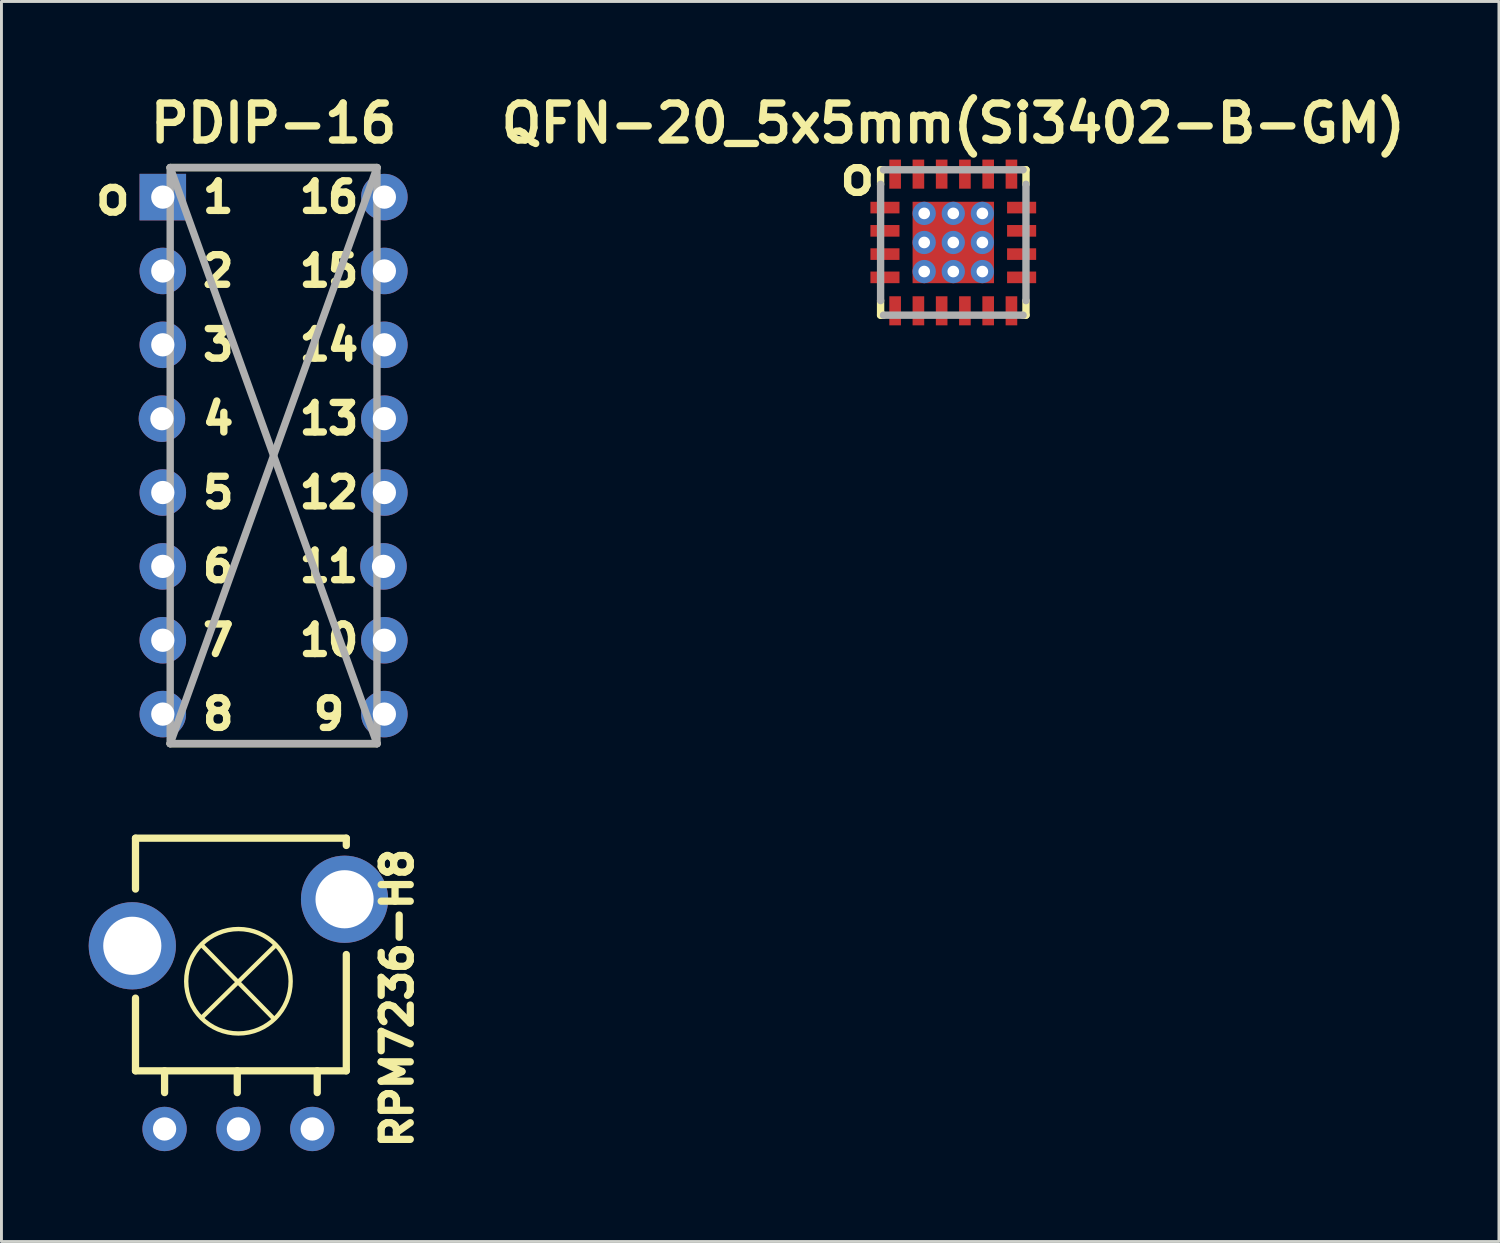
<source format=kicad_pcb>
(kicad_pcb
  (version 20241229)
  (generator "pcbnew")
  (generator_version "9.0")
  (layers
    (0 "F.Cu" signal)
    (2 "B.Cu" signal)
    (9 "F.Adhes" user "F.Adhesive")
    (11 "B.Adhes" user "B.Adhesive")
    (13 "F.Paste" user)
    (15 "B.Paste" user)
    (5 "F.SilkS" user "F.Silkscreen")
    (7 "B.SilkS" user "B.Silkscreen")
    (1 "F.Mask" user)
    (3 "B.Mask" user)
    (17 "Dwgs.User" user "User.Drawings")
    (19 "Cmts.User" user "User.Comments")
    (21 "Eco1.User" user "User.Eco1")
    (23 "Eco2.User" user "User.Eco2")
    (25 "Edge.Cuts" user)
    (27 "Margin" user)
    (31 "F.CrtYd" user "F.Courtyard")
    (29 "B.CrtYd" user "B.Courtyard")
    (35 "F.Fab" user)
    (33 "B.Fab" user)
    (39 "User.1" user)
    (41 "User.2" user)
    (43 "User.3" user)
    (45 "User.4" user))
  (footprint "PDIP-16"
    (layer "F.Cu")
    (at 6.359 12.619)
    (property "Reference" "PDIP-16" (at 0 -11.43 0) (layer "F.SilkS") (effects (font (size 1.27 1.27) (thickness 0.254))))
    (attr through_hole)
    (fp_line (start -3.556 -9.906) (end 3.556 -9.906) (stroke (width 0.254) (type solid)) (layer "F.SilkS"))
    (fp_line (start -3.556 9.906) (end 3.556 9.906) (stroke (width 0.254) (type solid)) (layer "F.SilkS"))
    (fp_line (start -3.556 -9.906) (end 3.556 -9.906) (stroke (width 0.254) (type solid)) (layer "F.Fab"))
    (fp_line (start -3.556 -9.906) (end 3.556 9.906) (stroke (width 0.254) (type solid)) (layer "F.Fab"))
    (fp_line (start -3.556 9.906) (end -3.556 -9.906) (stroke (width 0.254) (type solid)) (layer "F.Fab"))
    (fp_line (start 3.556 -9.906) (end -3.556 9.906) (stroke (width 0.254) (type solid)) (layer "F.Fab"))
    (fp_line (start 3.556 -9.906) (end 3.556 9.906) (stroke (width 0.254) (type solid)) (layer "F.Fab"))
    (fp_line (start 3.556 9.906) (end -3.556 9.906) (stroke (width 0.254) (type solid)) (layer "F.Fab"))
    (fp_text user "2" (at -1.905 -6.35 0) (layer "F.SilkS") (effects (font (size 1.016 1.016) (thickness 0.254))))
    (fp_text user "6" (at -1.905 3.81 0) (layer "F.SilkS") (effects (font (size 1.016 1.016) (thickness 0.254))))
    (fp_text user "8" (at -1.905 8.89 0) (layer "F.SilkS") (effects (font (size 1.016 1.016) (thickness 0.254))))
    (fp_text user "7" (at -1.905 6.35 0) (layer "F.SilkS") (effects (font (size 1.016 1.016) (thickness 0.254))))
    (fp_text user "9" (at 1.905 8.89 0) (layer "F.SilkS") (effects (font (size 1.016 1.016) (thickness 0.254))))
    (fp_text user "14" (at 1.905 -3.81 0) (layer "F.SilkS") (effects (font (size 1.016 1.016) (thickness 0.254))))
    (fp_text user "13" (at 1.905 -1.27 0) (layer "F.SilkS") (effects (font (size 1.016 1.016) (thickness 0.254))))
    (fp_text user "12" (at 1.905 1.27 0) (layer "F.SilkS") (effects (font (size 1.016 1.016) (thickness 0.254))))
    (fp_text user "10" (at 1.905 6.35 0) (layer "F.SilkS") (effects (font (size 1.016 1.016) (thickness 0.254))))
    (fp_text user "11" (at 1.905 3.81 0) (layer "F.SilkS") (effects (font (size 1.016 1.016) (thickness 0.254))))
    (fp_text user "3" (at -1.905 -3.81 0) (layer "F.SilkS") (effects (font (size 1.016 1.016) (thickness 0.254))))
    (fp_text user "5" (at -1.905 1.27 0) (layer "F.SilkS") (effects (font (size 1.016 1.016) (thickness 0.254))))
    (fp_text user "16" (at 1.905 -8.89 0) (layer "F.SilkS") (effects (font (size 1.016 1.016) (thickness 0.254))))
    (fp_text user "4" (at -1.905 -1.27 0) (layer "F.SilkS") (effects (font (size 1.016 1.016) (thickness 0.254))))
    (fp_text user "15" (at 1.905 -6.35 0) (layer "F.SilkS") (effects (font (size 1.016 1.016) (thickness 0.254))))
    (fp_text user "o" (at -5.53 -8.95 0) (layer "F.SilkS") (effects (font (size 1.27 1.27) (thickness 0.254))))
    (fp_text user "1" (at -1.905 -8.89 0) (layer "F.SilkS") (effects (font (size 1.016 1.016) (thickness 0.254))))
    (pad "1" thru_hole rect (at -3.81 -8.89) (size 1.6 1.6) (drill 0.8) (layers "*.Cu" "*.Mask"))
    (pad "2" thru_hole circle (at -3.81 -6.35) (size 1.6 1.6) (drill 0.8) (layers "*.Cu" "*.Mask"))
    (pad "3" thru_hole circle (at -3.81 -3.81) (size 1.6 1.6) (drill 0.8) (layers "*.Cu" "*.Mask"))
    (pad "4" thru_hole circle (at -3.84 -1.27) (size 1.6 1.6) (drill 0.8) (layers "*.Cu" "*.Mask"))
    (pad "5" thru_hole circle (at -3.81 1.27) (size 1.6 1.6) (drill 0.8) (layers "*.Cu" "*.Mask"))
    (pad "6" thru_hole circle (at -3.81 3.81) (size 1.6 1.6) (drill 0.8) (layers "*.Cu" "*.Mask"))
    (pad "7" thru_hole circle (at -3.81 6.35) (size 1.6 1.6) (drill 0.8) (layers "*.Cu" "*.Mask"))
    (pad "8" thru_hole circle (at -3.81 8.89) (size 1.6 1.6) (drill 0.8) (layers "*.Cu" "*.Mask"))
    (pad "9" thru_hole circle (at 3.81 8.89) (size 1.6 1.6) (drill 0.8) (layers "*.Cu" "*.Mask"))
    (pad "10" thru_hole circle (at 3.81 6.35) (size 1.6 1.6) (drill 0.8) (layers "*.Cu" "*.Mask"))
    (pad "11" thru_hole circle (at 3.78 3.81) (size 1.6 1.6) (drill 0.8) (layers "*.Cu" "*.Mask"))
    (pad "12" thru_hole circle (at 3.81 1.27) (size 1.6 1.6) (drill 0.8) (layers "*.Cu" "*.Mask"))
    (pad "13" thru_hole circle (at 3.81 -1.27) (size 1.6 1.6) (drill 0.8) (layers "*.Cu" "*.Mask"))
    (pad "14" thru_hole circle (at 3.81 -3.81) (size 1.6 1.6) (drill 0.8) (layers "*.Cu" "*.Mask"))
    (pad "15" thru_hole circle (at 3.81 -6.35) (size 1.6 1.6) (drill 0.8) (layers "*.Cu" "*.Mask"))
    (pad "16" thru_hole circle (at 3.81 -8.89) (size 1.6 1.6) (drill 0.8) (layers "*.Cu" "*.Mask")))
  (footprint "RPM7236-H8"
    (layer "F.Cu")
    (at 5.15 30.697)
    (property "Reference" "RPM7236-H8" (at 5.46 0.58 90) (layer "F.SilkS") (effects (font (size 1 1) (thickness 0.25))))
    (attr through_hole)
    (fp_line (start -3.54 -4.92) (end 3.71 -4.92) (stroke (width 0.25) (type solid)) (layer "F.SilkS"))
    (fp_line (start -3.54 -3.17) (end -3.54 -4.92) (stroke (width 0.25) (type solid)) (layer "F.SilkS"))
    (fp_line (start -3.54 3.08) (end -3.54 0.58) (stroke (width 0.25) (type solid)) (layer "F.SilkS"))
    (fp_line (start -2.54 3.83) (end -2.54 3.08) (stroke (width 0.25) (type solid)) (layer "F.SilkS"))
    (fp_line (start -0.04 3.83) (end -0.04 3.08) (stroke (width 0.25) (type solid)) (layer "F.SilkS"))
    (fp_line (start 1.21 1.28) (end -1.24 -1.22) (stroke (width 0.15) (type solid)) (layer "F.SilkS"))
    (fp_line (start 1.26 -1.22) (end -1.24 1.23) (stroke (width 0.15) (type solid)) (layer "F.SilkS"))
    (fp_line (start 2.71 3.83) (end 2.71 3.08) (stroke (width 0.25) (type solid)) (layer "F.SilkS"))
    (fp_line (start 3.71 -4.92) (end 3.71 -4.67) (stroke (width 0.25) (type solid)) (layer "F.SilkS"))
    (fp_line (start 3.71 -0.92) (end 3.71 3.08) (stroke (width 0.25) (type solid)) (layer "F.SilkS"))
    (fp_line (start 3.71 3.08) (end -3.54 3.08) (stroke (width 0.25) (type solid)) (layer "F.SilkS"))
    (fp_circle (center 0 0) (end 1.27 1.27) (stroke (width 0.15) (type solid)) (fill no) (layer "F.SilkS"))
    (pad "0" thru_hole circle (at -3.65 -1.22) (size 3 3) (drill 2) (layers "*.Cu" "*.Mask"))
    (pad "0" thru_hole circle (at 3.65 -2.82) (size 3 3) (drill 2) (layers "*.Cu" "*.Mask"))
    (pad "1" thru_hole circle (at -2.54 5.08) (size 1.524 1.524) (drill 0.8) (layers "*.Cu" "*.Mask"))
    (pad "2" thru_hole circle (at 0 5.08) (size 1.524 1.524) (drill 0.8) (layers "*.Cu" "*.Mask"))
    (pad "3" thru_hole circle (at 2.54 5.08) (size 1.524 1.524) (drill 0.8) (layers "*.Cu" "*.Mask")))
  (footprint "QFN-20_5x5mm(Si3402-B-GM)"
    (layer "F.Cu")
    (at 29.735 5.289)
    (property "Reference" "QFN-20_5x5mm(Si3402-B-GM)" (at 0 -4.1 0) (layer "F.SilkS") (effects (font (size 1.27 1.27) (thickness 0.254))))
    (attr smd)
    (fp_line (start -2.5 -2.5) (end -2.5 -2) (stroke (width 0.254) (type solid)) (layer "F.SilkS"))
    (fp_line (start -2.5 2) (end -2.5 2.5) (stroke (width 0.254) (type solid)) (layer "F.SilkS"))
    (fp_line (start -2.5 2.5) (end -2.4 2.5) (stroke (width 0.254) (type solid)) (layer "F.SilkS"))
    (fp_line (start -2.4 -2.5) (end -2.5 -2.5) (stroke (width 0.254) (type solid)) (layer "F.SilkS"))
    (fp_line (start 2.4 2.5) (end 2.5 2.5) (stroke (width 0.254) (type solid)) (layer "F.SilkS"))
    (fp_line (start 2.5 -2.5) (end 2.4 -2.5) (stroke (width 0.254) (type solid)) (layer "F.SilkS"))
    (fp_line (start 2.5 -2) (end 2.5 -2.5) (stroke (width 0.254) (type solid)) (layer "F.SilkS"))
    (fp_line (start 2.5 2.5) (end 2.5 2) (stroke (width 0.254) (type solid)) (layer "F.SilkS"))
    (fp_poly (pts (xy -1.3 -0.35) (xy -1.3 -0.65) (xy 1.3 -0.65) (xy 1.3 -0.35)) (stroke (width 0.1) (type solid)) (fill yes) (layer "F.Paste"))
    (fp_poly (pts (xy -1.3 0.65) (xy -1.3 0.35) (xy 1.3 0.35) (xy 1.3 0.65)) (stroke (width 0.1) (type solid)) (fill yes) (layer "F.Paste"))
    (fp_poly (pts (xy -0.75 -1.3) (xy -0.25 -1.3) (xy -0.25 -1.05) (xy -0.75 -1.05)) (stroke (width 0.1) (type solid)) (fill yes) (layer "F.Paste"))
    (fp_poly (pts (xy -0.75 1.05) (xy -0.25 1.05) (xy -0.25 1.3) (xy -0.75 1.3)) (stroke (width 0.1) (type solid)) (fill yes) (layer "F.Paste"))
    (fp_poly (pts (xy 0.25 -1.3) (xy 0.75 -1.3) (xy 0.75 -1.05) (xy 0.25 -1.05)) (stroke (width 0.1) (type solid)) (fill yes) (layer "F.Paste"))
    (fp_poly (pts (xy 0.25 1.05) (xy 0.75 1.05) (xy 0.75 1.3) (xy 0.25 1.3)) (stroke (width 0.1) (type solid)) (fill yes) (layer "F.Paste"))
    (fp_line (start -2.5 -2) (end -2.5 2) (stroke (width 0.254) (type solid)) (layer "F.Fab"))
    (fp_line (start -2.4 -2.5) (end 2.4 -2.5) (stroke (width 0.254) (type solid)) (layer "F.Fab"))
    (fp_line (start -2.4 2.5) (end 2.4 2.5) (stroke (width 0.254) (type solid)) (layer "F.Fab"))
    (fp_line (start 2.5 -2) (end 2.5 2) (stroke (width 0.254) (type solid)) (layer "F.Fab"))
    (fp_text user "o" (at -3.3 -2.3 0) (layer "F.SilkS") (effects (font (size 1.27 1.27) (thickness 0.254))))
    (pad "1" smd rect (at -2.35 -1.2 90) (size 0.4 1) (layers "F.Cu" "F.Mask" "F.Paste"))
    (pad "2" smd rect (at -2.35 -0.4 90) (size 0.4 1) (layers "F.Cu" "F.Mask" "F.Paste"))
    (pad "3" smd rect (at -2.35 0.4 90) (size 0.4 1) (layers "F.Cu" "F.Mask" "F.Paste"))
    (pad "4" smd rect (at -2.35 1.2 90) (size 0.4 1) (layers "F.Cu" "F.Mask" "F.Paste"))
    (pad "5" smd rect (at -2 2.35 180) (size 0.4 1) (layers "F.Cu" "F.Mask" "F.Paste"))
    (pad "6" smd rect (at -1.2 2.35 180) (size 0.4 1) (layers "F.Cu" "F.Mask" "F.Paste"))
    (pad "7" smd rect (at -0.4 2.35 180) (size 0.4 1) (layers "F.Cu" "F.Mask" "F.Paste"))
    (pad "8" smd rect (at 0.4 2.35 180) (size 0.4 1) (layers "F.Cu" "F.Mask" "F.Paste"))
    (pad "9" smd rect (at 1.2 2.35 180) (size 0.4 1) (layers "F.Cu" "F.Mask" "F.Paste"))
    (pad "10" smd rect (at 2 2.35 180) (size 0.4 1) (layers "F.Cu" "F.Mask" "F.Paste"))
    (pad "11" smd rect (at 2.35 1.2 90) (size 0.4 1) (layers "F.Cu" "F.Mask" "F.Paste"))
    (pad "12" smd rect (at 2.35 0.4 90) (size 0.4 1) (layers "F.Cu" "F.Mask" "F.Paste"))
    (pad "13" smd rect (at 2.35 -0.4 90) (size 0.4 1) (layers "F.Cu" "F.Mask" "F.Paste"))
    (pad "14" smd rect (at 2.35 -1.2 90) (size 0.4 1) (layers "F.Cu" "F.Mask" "F.Paste"))
    (pad "15" smd rect (at 2 -2.35 180) (size 0.4 1) (layers "F.Cu" "F.Mask" "F.Paste"))
    (pad "16" smd rect (at 1.2 -2.35 180) (size 0.4 1) (layers "F.Cu" "F.Mask" "F.Paste"))
    (pad "17" smd rect (at 0.4 -2.35 180) (size 0.4 1) (layers "F.Cu" "F.Mask" "F.Paste"))
    (pad "18" smd rect (at -0.4 -2.35 180) (size 0.4 1) (layers "F.Cu" "F.Mask" "F.Paste"))
    (pad "19" smd rect (at -1.2 -2.35 180) (size 0.4 1) (layers "F.Cu" "F.Mask" "F.Paste"))
    (pad "20" smd rect (at -2 -2.35 180) (size 0.4 1) (layers "F.Cu" "F.Mask" "F.Paste"))
    (pad "21" thru_hole circle (at -1 -1) (size 0.8 0.8) (drill 0.4) (layers "*.Cu"))
    (pad "21" thru_hole circle (at -1 0) (size 0.8 0.8) (drill 0.4) (layers "*.Cu"))
    (pad "21" thru_hole circle (at -1 1) (size 0.8 0.8) (drill 0.4) (layers "*.Cu"))
    (pad "21" thru_hole circle (at 0 -1) (size 0.8 0.8) (drill 0.4) (layers "*.Cu"))
    (pad "21" thru_hole circle (at 0 0) (size 0.8 0.8) (drill 0.4) (layers "*.Cu"))
    (pad "21" smd rect (at 0 0) (size 2.8 2.8) (layers "*.Mask" "F.Cu"))
    (pad "21" thru_hole circle (at 0 1) (size 0.8 0.8) (drill 0.4) (layers "*.Cu"))
    (pad "21" thru_hole circle (at 1 -1) (size 0.8 0.8) (drill 0.4) (layers "*.Cu"))
    (pad "21" thru_hole circle (at 1 0) (size 0.8 0.8) (drill 0.4) (layers "*.Cu"))
    (pad "21" thru_hole circle (at 1 1) (size 0.8 0.8) (drill 0.4) (layers "*.Cu")))
  (gr_rect
    (start -3 -3)
    (end 48.501 39.647)
    (stroke (width 0.1) (type default))
    (fill no)
    (layer "Edge.Cuts")))
</source>
